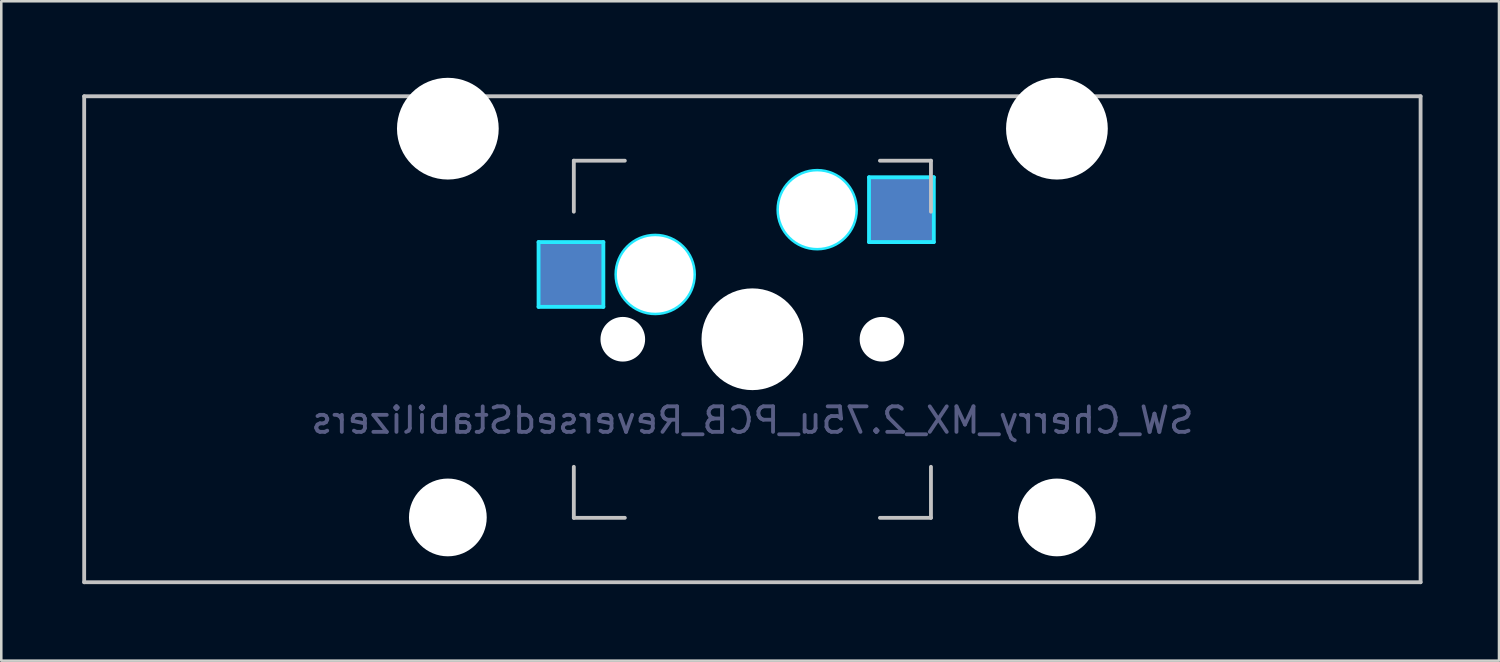
<source format=kicad_pcb>
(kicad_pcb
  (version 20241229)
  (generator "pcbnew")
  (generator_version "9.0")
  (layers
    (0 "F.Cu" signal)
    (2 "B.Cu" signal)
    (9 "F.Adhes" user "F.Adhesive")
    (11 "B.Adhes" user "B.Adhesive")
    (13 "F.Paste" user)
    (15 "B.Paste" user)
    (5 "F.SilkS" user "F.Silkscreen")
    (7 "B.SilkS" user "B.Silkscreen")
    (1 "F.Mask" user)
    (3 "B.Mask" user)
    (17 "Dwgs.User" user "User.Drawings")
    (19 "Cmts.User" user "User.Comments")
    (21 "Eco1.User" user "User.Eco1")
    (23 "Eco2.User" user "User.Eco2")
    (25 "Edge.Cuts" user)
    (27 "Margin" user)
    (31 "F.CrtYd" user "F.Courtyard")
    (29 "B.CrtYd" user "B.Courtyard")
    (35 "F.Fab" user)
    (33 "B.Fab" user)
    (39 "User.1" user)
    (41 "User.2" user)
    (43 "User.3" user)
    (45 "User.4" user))
  (footprint "SW_Cherry_MX_2.75u_PCB_ReversedStabilizers"
    (layer "F.Cu")
    (at 0.25 0.724)
    (property "Reference" "SW_Cherry_MX_2.75u_PCB_ReversedStabilizers" (at 26.194 12.7 0) (layer "B.Fab") (effects (font (size 1 1) (thickness 0.15)) (justify mirror)))
    (attr smd)
    (fp_line (start 0 0) (end 52.388 0) (stroke (width 0.15) (type solid)) (layer "Dwgs.User"))
    (fp_line (start 0 19.05) (end 0 0) (stroke (width 0.15) (type solid)) (layer "Dwgs.User"))
    (fp_line (start 19.194 2.525) (end 19.194 4.525) (stroke (width 0.15) (type solid)) (layer "Dwgs.User"))
    (fp_line (start 19.194 14.525) (end 19.194 16.525) (stroke (width 0.15) (type solid)) (layer "Dwgs.User"))
    (fp_line (start 19.194 16.525) (end 21.194 16.525) (stroke (width 0.15) (type solid)) (layer "Dwgs.User"))
    (fp_line (start 21.194 2.525) (end 19.194 2.525) (stroke (width 0.15) (type solid)) (layer "Dwgs.User"))
    (fp_line (start 31.194 2.525) (end 33.194 2.525) (stroke (width 0.15) (type solid)) (layer "Dwgs.User"))
    (fp_line (start 31.194 16.525) (end 33.194 16.525) (stroke (width 0.15) (type solid)) (layer "Dwgs.User"))
    (fp_line (start 33.194 2.525) (end 33.194 4.525) (stroke (width 0.15) (type solid)) (layer "Dwgs.User"))
    (fp_line (start 33.194 16.525) (end 33.194 14.525) (stroke (width 0.15) (type solid)) (layer "Dwgs.User"))
    (fp_line (start 52.388 0) (end 52.388 19.05) (stroke (width 0.15) (type solid)) (layer "Dwgs.User"))
    (fp_line (start 52.388 19.05) (end 0 19.05) (stroke (width 0.15) (type solid)) (layer "Dwgs.User"))
    (fp_line (start 17.812 5.715) (end 20.352 5.715) (stroke (width 0.15) (type solid)) (layer "B.CrtYd"))
    (fp_line (start 17.812 8.255) (end 17.812 5.715) (stroke (width 0.15) (type solid)) (layer "B.CrtYd"))
    (fp_line (start 20.352 5.715) (end 20.352 8.255) (stroke (width 0.15) (type solid)) (layer "B.CrtYd"))
    (fp_line (start 20.352 8.255) (end 17.812 8.255) (stroke (width 0.15) (type solid)) (layer "B.CrtYd"))
    (fp_line (start 30.766 3.175) (end 33.306 3.175) (stroke (width 0.15) (type solid)) (layer "B.CrtYd"))
    (fp_line (start 30.766 5.715) (end 30.766 3.175) (stroke (width 0.15) (type solid)) (layer "B.CrtYd"))
    (fp_line (start 33.306 3.175) (end 33.306 5.715) (stroke (width 0.15) (type solid)) (layer "B.CrtYd"))
    (fp_line (start 33.306 5.715) (end 30.766 5.715) (stroke (width 0.15) (type solid)) (layer "B.CrtYd"))
    (fp_circle (center 22.384 6.985) (end 22.384 5.461) (stroke (width 0.15) (type solid)) (fill no) (layer "B.CrtYd"))
    (fp_circle (center 28.734 4.445) (end 28.734 2.921) (stroke (width 0.15) (type solid)) (fill no) (layer "B.CrtYd"))
    (pad "" np_thru_hole circle (at 14.256 1.27) (size 3.988 3.988) (drill 3.988) (layers "*.Cu" "*.Mask"))
    (pad "" np_thru_hole circle (at 14.256 16.51) (size 3.048 3.048) (drill 3.048) (layers "*.Cu" "*.Mask"))
    (pad "" np_thru_hole circle (at 21.114 9.525 48.1) (size 1.75 1.75) (drill 1.75) (layers "*.Cu" "*.Mask"))
    (pad "" np_thru_hole circle (at 22.384 6.985) (size 3 3) (drill 3) (layers "*.Cu" "*.Mask"))
    (pad "" np_thru_hole circle (at 26.194 9.525) (size 3.988 3.988) (drill 3.988) (layers "*.Cu" "*.Mask"))
    (pad "" np_thru_hole circle (at 28.734 4.445) (size 3 3) (drill 3) (layers "*.Cu" "*.Mask"))
    (pad "" np_thru_hole circle (at 31.274 9.525 48.1) (size 1.75 1.75) (drill 1.75) (layers "*.Cu" "*.Mask"))
    (pad "" np_thru_hole circle (at 38.132 1.27) (size 3.988 3.988) (drill 3.988) (layers "*.Cu" "*.Mask"))
    (pad "" np_thru_hole circle (at 38.132 16.51) (size 3.048 3.048) (drill 3.048) (layers "*.Cu" "*.Mask"))
    (pad "1" smd rect (at 19.109 6.985) (size 2.55 2.5) (layers "B.Cu" "B.Mask" "B.Paste"))
    (pad "2" smd rect (at 32.036 4.445) (size 2.55 2.5) (layers "B.Cu" "B.Mask" "B.Paste")))
  (gr_rect
    (start -3 -3)
    (end 55.712 22.849)
    (stroke (width 0.1) (type default))
    (fill no)
    (layer "Edge.Cuts")))
</source>
